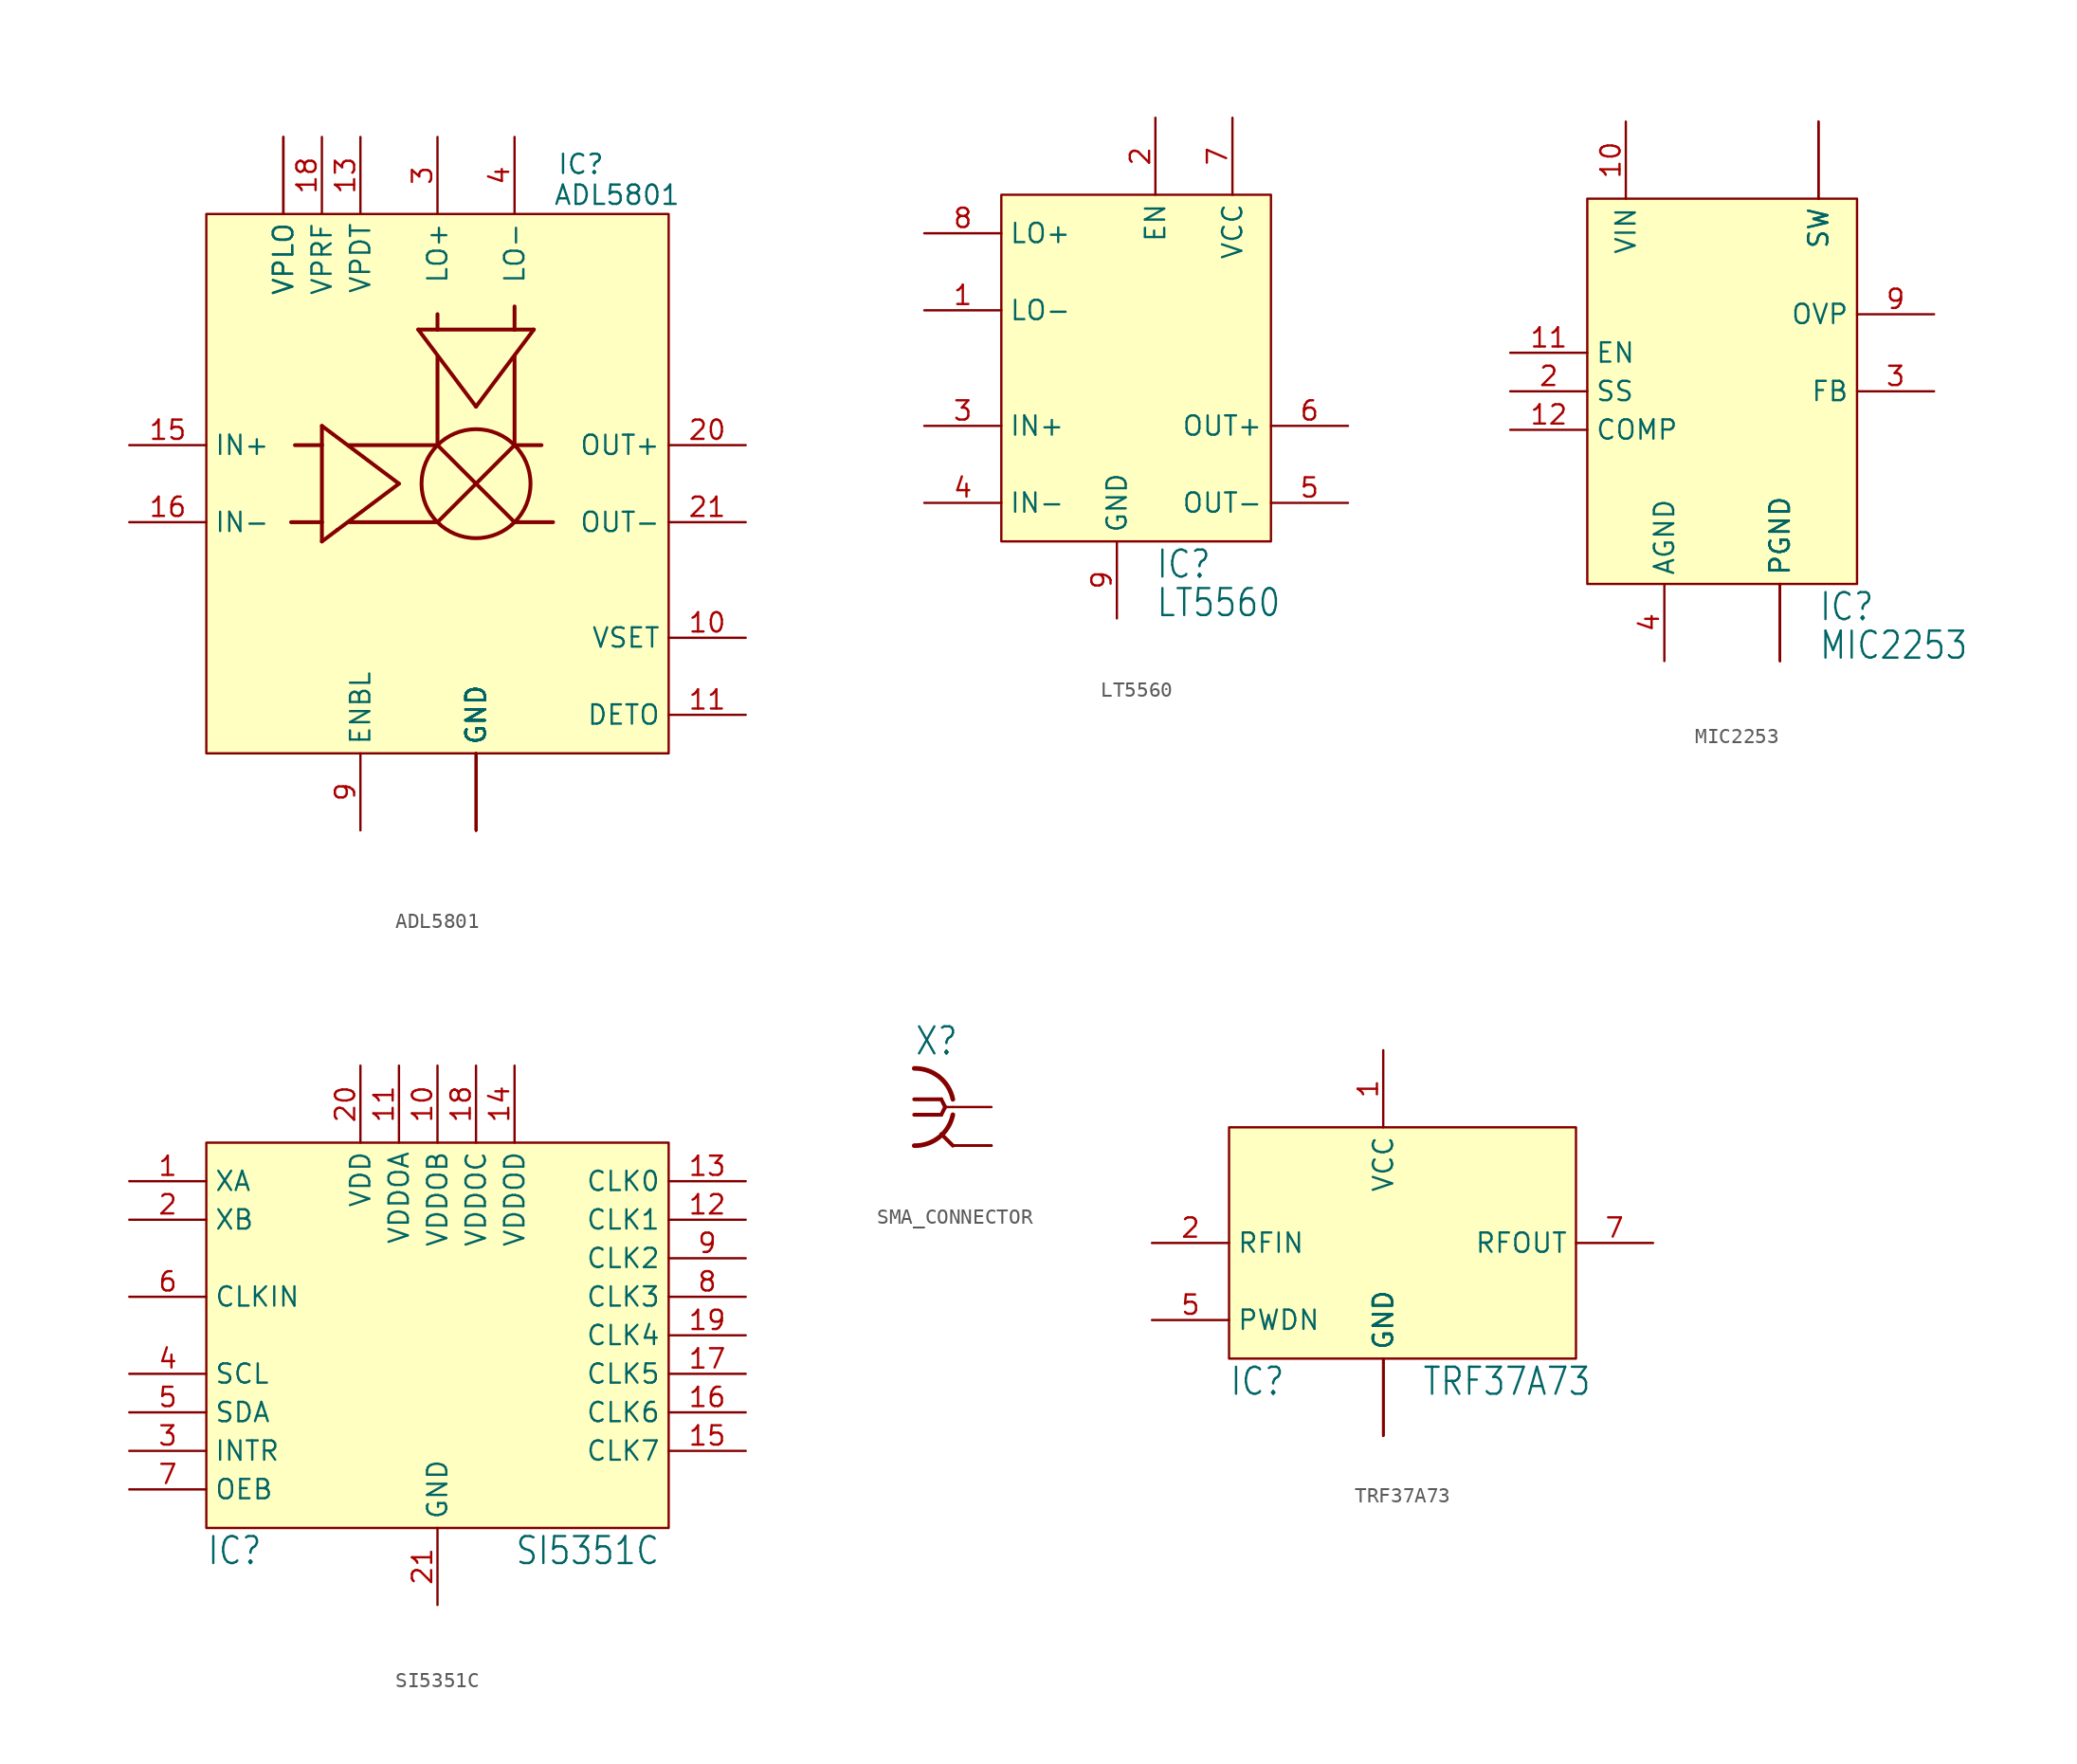
<source format=kicad_sym>
(kicad_symbol_lib
  (version 20231120)
  (generator "kicad_symbol_editor")
  (generator_version "8.0")
  (symbol "ADL5801"
    (property "Reference" "IC"
      (at 5.334 20.32 0)
      (effects (font (size 1.27 1.27)) (justify left bottom)))
    (property "Value" "ADL5801"
      (at 5.08 18.288 0)
      (effects (font (size 1.27 1.27)) (justify left bottom)))
    (symbol "ADL5801_1_0"
      (polyline (pts (xy -12.192 -2.54) (xy -10.16 -2.54)) (stroke (width 0.254) (type solid)) (fill (type none)))
      (polyline (pts (xy -11.938 2.54) (xy -10.16 2.54)) (stroke (width 0.254) (type solid)) (fill (type none)))
      (polyline (pts (xy -10.16 -3.81) (xy -9.144 -3.048)) (stroke (width 0.254) (type solid)) (fill (type none)))
      (polyline (pts (xy -10.16 -2.54) (xy -10.16 -3.81)) (stroke (width 0.254) (type solid)) (fill (type none)))
      (polyline (pts (xy -10.16 2.54) (xy -10.16 -2.54)) (stroke (width 0.254) (type solid)) (fill (type none)))
      (polyline (pts (xy -10.16 3.81) (xy -10.16 2.54)) (stroke (width 0.254) (type solid)) (fill (type none)))
      (polyline (pts (xy -9.144 -3.048) (xy -5.08 0)) (stroke (width 0.254) (type solid)) (fill (type none)))
      (polyline (pts (xy -5.08 0) (xy -10.16 3.81)) (stroke (width 0.254) (type solid)) (fill (type none)))
      (polyline (pts (xy -3.81 10.16) (xy -2.54 10.16)) (stroke (width 0.254) (type solid)) (fill (type none)))
      (polyline (pts (xy -2.54 -2.54) (xy -8.382 -2.54)) (stroke (width 0.254) (type solid)) (fill (type none)))
      (polyline (pts (xy -2.54 2.54) (xy -8.382 2.54)) (stroke (width 0.254) (type solid)) (fill (type none)))
      (polyline (pts (xy -2.54 2.54) (xy -2.54 8.382)) (stroke (width 0.254) (type solid)) (fill (type none)))
      (polyline (pts (xy -2.54 2.54) (xy 2.54 -2.54)) (stroke (width 0.254) (type solid)) (fill (type none)))
      (polyline (pts (xy -2.54 10.16) (xy -2.54 11.176)) (stroke (width 0.254) (type solid)) (fill (type none)))
      (polyline (pts (xy -2.54 10.16) (xy 2.54 10.16)) (stroke (width 0.254) (type solid)) (fill (type none)))
      (polyline (pts (xy 0 5.08) (xy -3.81 10.16)) (stroke (width 0.254) (type solid)) (fill (type none)))
      (polyline (pts (xy 2.54 -2.54) (xy 5.08 -2.54)) (stroke (width 0.254) (type solid)) (fill (type none)))
      (polyline (pts (xy 2.54 2.54) (xy -2.54 -2.54)) (stroke (width 0.254) (type solid)) (fill (type none)))
      (polyline (pts (xy 2.54 2.54) (xy 2.54 8.382)) (stroke (width 0.254) (type solid)) (fill (type none)))
      (polyline (pts (xy 2.54 2.54) (xy 4.318 2.54)) (stroke (width 0.254) (type solid)) (fill (type none)))
      (polyline (pts (xy 2.54 10.16) (xy 2.54 11.684)) (stroke (width 0.254) (type solid)) (fill (type none)))
      (polyline (pts (xy 2.54 10.16) (xy 3.81 10.16)) (stroke (width 0.254) (type solid)) (fill (type none)))
      (polyline (pts (xy 3.81 10.16) (xy 0 5.08)) (stroke (width 0.254) (type solid)) (fill (type none)))
      (circle (center 0 0) (radius 3.592) (stroke (width 0.254) (type solid)) (fill (type none)))
      (pin power_in line (at 0 -22.86 90) (length 5.08) (name "GND" (effects (font (size 1.27 1.27)))) (number "1" (effects (font (size 0 0)))))
      (pin bidirectional line (at 17.78 -10.16 180) (length 5.08) (name "VSET" (effects (font (size 1.27 1.27)))) (number "10" (effects (font (size 1.27 1.27)))))
      (pin bidirectional line (at 17.78 -15.24 180) (length 5.08) (name "DETO" (effects (font (size 1.27 1.27)))) (number "11" (effects (font (size 1.27 1.27)))))
      (pin passive line (at 0 -22.86 90) (length 5.08) (name "GND" (effects (font (size 1.27 1.27)))) (number "12" (effects (font (size 0 0)))))
      (pin power_in line (at -7.62 22.86 270) (length 5.08) (name "VPDT" (effects (font (size 1.27 1.27)))) (number "13" (effects (font (size 1.27 1.27)))))
      (pin passive line (at 0 -22.86 90) (length 5.08) (name "GND" (effects (font (size 1.27 1.27)))) (number "14" (effects (font (size 0 0)))))
      (pin bidirectional line (at -22.86 2.54 0) (length 5.08) (name "IN+" (effects (font (size 1.27 1.27)))) (number "15" (effects (font (size 1.27 1.27)))))
      (pin bidirectional line (at -22.86 -2.54 0) (length 5.08) (name "IN-" (effects (font (size 1.27 1.27)))) (number "16" (effects (font (size 1.27 1.27)))))
      (pin passive line (at 0 -22.86 90) (length 5.08) (name "GND" (effects (font (size 1.27 1.27)))) (number "17" (effects (font (size 0 0)))))
      (pin power_in line (at -10.16 22.86 270) (length 5.08) (name "VPRF" (effects (font (size 1.27 1.27)))) (number "18" (effects (font (size 1.27 1.27)))))
      (pin passive line (at 0 -22.86 90) (length 5.08) (name "GND" (effects (font (size 1.27 1.27)))) (number "19" (effects (font (size 0 0)))))
      (pin passive line (at 0 -22.86 90) (length 5.08) (name "GND" (effects (font (size 1.27 1.27)))) (number "2" (effects (font (size 0 0)))))
      (pin bidirectional line (at 17.78 2.54 180) (length 5.08) (name "OUT+" (effects (font (size 1.27 1.27)))) (number "20" (effects (font (size 1.27 1.27)))))
      (pin bidirectional line (at 17.78 -2.54 180) (length 5.08) (name "OUT-" (effects (font (size 1.27 1.27)))) (number "21" (effects (font (size 1.27 1.27)))))
      (pin passive line (at 0 -22.86 90) (length 5.08) (name "GND" (effects (font (size 1.27 1.27)))) (number "23" (effects (font (size 0 0)))))
      (pin passive line (at -12.7 22.86 270) (length 5.08) (name "VPLO" (effects (font (size 1.27 1.27)))) (number "24" (effects (font (size 0 0)))))
      (pin passive line (at 0 -22.86 90) (length 5.08) (name "GND" (effects (font (size 1.27 1.27)))) (number "25" (effects (font (size 0 0)))))
      (pin bidirectional line (at -2.54 22.86 270) (length 5.08) (name "LO+" (effects (font (size 1.27 1.27)))) (number "3" (effects (font (size 1.27 1.27)))))
      (pin bidirectional line (at 2.54 22.86 270) (length 5.08) (name "LO-" (effects (font (size 1.27 1.27)))) (number "4" (effects (font (size 1.27 1.27)))))
      (pin passive line (at 0 -22.86 90) (length 5.08) (name "GND" (effects (font (size 1.27 1.27)))) (number "5" (effects (font (size 0 0)))))
      (pin passive line (at 0 -22.86 90) (length 5.08) (name "GND" (effects (font (size 1.27 1.27)))) (number "6" (effects (font (size 0 0)))))
      (pin power_in line (at -12.7 22.86 270) (length 5.08) (name "VPLO" (effects (font (size 1.27 1.27)))) (number "7" (effects (font (size 0 0)))))
      (pin passive line (at 0 -22.86 90) (length 5.08) (name "GND" (effects (font (size 1.27 1.27)))) (number "8" (effects (font (size 0 0)))))
      (pin bidirectional line (at -7.62 -22.86 90) (length 5.08) (name "ENBL" (effects (font (size 1.27 1.27)))) (number "9" (effects (font (size 1.27 1.27))))))
    (symbol "ADL5801_1_1"
      (rectangle (start -17.78 17.78) (end 12.7 -17.78) (stroke (width 0) (type default)) (fill (type background)))))
  (symbol "LT5560"
    (property "Reference" "IC"
      (at 2.54 -7.62 0)
      (effects (font (size 1.778 1.511)) (justify left bottom)))
    (property "Value" "LT5560"
      (at 2.54 -10.16 0)
      (effects (font (size 1.778 1.511)) (justify left bottom)))
    (symbol "LT5560_1_0"
      (pin input line (at -12.7 10.16 0) (length 5.08) (name "LO-" (effects (font (size 1.27 1.27)))) (number "1" (effects (font (size 1.27 1.27)))))
      (pin input line (at 2.54 22.86 270) (length 5.08) (name "EN" (effects (font (size 1.27 1.27)))) (number "2" (effects (font (size 1.27 1.27)))))
      (pin input line (at -12.7 2.54 0) (length 5.08) (name "IN+" (effects (font (size 1.27 1.27)))) (number "3" (effects (font (size 1.27 1.27)))))
      (pin input line (at -12.7 -2.54 0) (length 5.08) (name "IN-" (effects (font (size 1.27 1.27)))) (number "4" (effects (font (size 1.27 1.27)))))
      (pin output line (at 15.24 -2.54 180) (length 5.08) (name "OUT-" (effects (font (size 1.27 1.27)))) (number "5" (effects (font (size 1.27 1.27)))))
      (pin output line (at 15.24 2.54 180) (length 5.08) (name "OUT+" (effects (font (size 1.27 1.27)))) (number "6" (effects (font (size 1.27 1.27)))))
      (pin power_in line (at 7.62 22.86 270) (length 5.08) (name "VCC" (effects (font (size 1.27 1.27)))) (number "7" (effects (font (size 1.27 1.27)))))
      (pin input line (at -12.7 15.24 0) (length 5.08) (name "LO+" (effects (font (size 1.27 1.27)))) (number "8" (effects (font (size 1.27 1.27)))))
      (pin power_in line (at 0 -10.16 90) (length 5.08) (name "GND" (effects (font (size 1.27 1.27)))) (number "9" (effects (font (size 1.27 1.27))))))
    (symbol "LT5560_1_1"
      (rectangle (start -7.62 17.78) (end 10.16 -5.08) (stroke (width 0) (type default)) (fill (type background)))))
  (symbol "MIC2253"
    (property "Reference" "IC"
      (at 5.08 -12.7 0)
      (effects (font (size 1.778 1.511)) (justify left bottom)))
    (property "Value" "MIC2253"
      (at 5.08 -15.24 0)
      (effects (font (size 1.778 1.511)) (justify left bottom)))
    (symbol "MIC2253_1_0"
      (pin power_in line (at -7.62 20.32 270) (length 5.08) (name "VIN" (effects (font (size 1.27 1.27)))) (number "10" (effects (font (size 1.27 1.27)))))
      (pin input line (at -15.24 5.08 0) (length 5.08) (name "EN" (effects (font (size 1.27 1.27)))) (number "11" (effects (font (size 1.27 1.27)))))
      (pin passive line (at -15.24 0 0) (length 5.08) (name "COMP" (effects (font (size 1.27 1.27)))) (number "12" (effects (font (size 1.27 1.27)))))
      (pin passive line (at 2.54 -15.24 90) (length 5.08) (name "PGND" (effects (font (size 1.27 1.27)))) (number "13" (effects (font (size 0 0)))))
      (pin passive line (at -15.24 2.54 0) (length 5.08) (name "SS" (effects (font (size 1.27 1.27)))) (number "2" (effects (font (size 1.27 1.27)))))
      (pin input line (at 12.7 2.54 180) (length 5.08) (name "FB" (effects (font (size 1.27 1.27)))) (number "3" (effects (font (size 1.27 1.27)))))
      (pin power_in line (at -5.08 -15.24 90) (length 5.08) (name "AGND" (effects (font (size 1.27 1.27)))) (number "4" (effects (font (size 1.27 1.27)))))
      (pin power_in line (at 2.54 -15.24 90) (length 5.08) (name "PGND" (effects (font (size 1.27 1.27)))) (number "5" (effects (font (size 0 0)))))
      (pin passive line (at 2.54 -15.24 90) (length 5.08) (name "PGND" (effects (font (size 1.27 1.27)))) (number "6" (effects (font (size 0 0)))))
      (pin output line (at 5.08 20.32 270) (length 5.08) (name "SW" (effects (font (size 1.27 1.27)))) (number "7" (effects (font (size 0 0)))))
      (pin passive line (at 5.08 20.32 270) (length 5.08) (name "SW" (effects (font (size 1.27 1.27)))) (number "8" (effects (font (size 0 0)))))
      (pin bidirectional line (at 12.7 7.62 180) (length 5.08) (name "OVP" (effects (font (size 1.27 1.27)))) (number "9" (effects (font (size 1.27 1.27))))))
    (symbol "MIC2253_1_1"
      (rectangle (start -10.16 15.24) (end 7.62 -10.16) (stroke (width 0) (type default)) (fill (type background)))))
  (symbol "SI5351C"
    (property "Reference" "IC"
      (at -15.24 -15.24 0)
      (effects (font (size 1.778 1.511)) (justify left bottom)))
    (property "Value" "SI5351C"
      (at 5.08 -15.24 0)
      (effects (font (size 1.778 1.511)) (justify left bottom)))
    (symbol "SI5351C_1_0"
      (pin bidirectional line (at -20.32 10.16 0) (length 5.08) (name "XA" (effects (font (size 1.27 1.27)))) (number "1" (effects (font (size 1.27 1.27)))))
      (pin power_in line (at 0 17.78 270) (length 5.08) (name "VDDOB" (effects (font (size 1.27 1.27)))) (number "10" (effects (font (size 1.27 1.27)))))
      (pin power_in line (at -2.54 17.78 270) (length 5.08) (name "VDDOA" (effects (font (size 1.27 1.27)))) (number "11" (effects (font (size 1.27 1.27)))))
      (pin output line (at 20.32 7.62 180) (length 5.08) (name "CLK1" (effects (font (size 1.27 1.27)))) (number "12" (effects (font (size 1.27 1.27)))))
      (pin output line (at 20.32 10.16 180) (length 5.08) (name "CLK0" (effects (font (size 1.27 1.27)))) (number "13" (effects (font (size 1.27 1.27)))))
      (pin power_in line (at 5.08 17.78 270) (length 5.08) (name "VDDOD" (effects (font (size 1.27 1.27)))) (number "14" (effects (font (size 1.27 1.27)))))
      (pin output line (at 20.32 -7.62 180) (length 5.08) (name "CLK7" (effects (font (size 1.27 1.27)))) (number "15" (effects (font (size 1.27 1.27)))))
      (pin output line (at 20.32 -5.08 180) (length 5.08) (name "CLK6" (effects (font (size 1.27 1.27)))) (number "16" (effects (font (size 1.27 1.27)))))
      (pin output line (at 20.32 -2.54 180) (length 5.08) (name "CLK5" (effects (font (size 1.27 1.27)))) (number "17" (effects (font (size 1.27 1.27)))))
      (pin power_in line (at 2.54 17.78 270) (length 5.08) (name "VDDOC" (effects (font (size 1.27 1.27)))) (number "18" (effects (font (size 1.27 1.27)))))
      (pin output line (at 20.32 0 180) (length 5.08) (name "CLK4" (effects (font (size 1.27 1.27)))) (number "19" (effects (font (size 1.27 1.27)))))
      (pin bidirectional line (at -20.32 7.62 0) (length 5.08) (name "XB" (effects (font (size 1.27 1.27)))) (number "2" (effects (font (size 1.27 1.27)))))
      (pin power_in line (at -5.08 17.78 270) (length 5.08) (name "VDD" (effects (font (size 1.27 1.27)))) (number "20" (effects (font (size 1.27 1.27)))))
      (pin power_in line (at 0 -17.78 90) (length 5.08) (name "GND" (effects (font (size 1.27 1.27)))) (number "21" (effects (font (size 1.27 1.27)))))
      (pin input line (at -20.32 -7.62 0) (length 5.08) (name "INTR" (effects (font (size 1.27 1.27)))) (number "3" (effects (font (size 1.27 1.27)))))
      (pin bidirectional line (at -20.32 -2.54 0) (length 5.08) (name "SCL" (effects (font (size 1.27 1.27)))) (number "4" (effects (font (size 1.27 1.27)))))
      (pin bidirectional line (at -20.32 -5.08 0) (length 5.08) (name "SDA" (effects (font (size 1.27 1.27)))) (number "5" (effects (font (size 1.27 1.27)))))
      (pin input line (at -20.32 2.54 0) (length 5.08) (name "CLKIN" (effects (font (size 1.27 1.27)))) (number "6" (effects (font (size 1.27 1.27)))))
      (pin input line (at -20.32 -10.16 0) (length 5.08) (name "OEB" (effects (font (size 1.27 1.27)))) (number "7" (effects (font (size 1.27 1.27)))))
      (pin output line (at 20.32 2.54 180) (length 5.08) (name "CLK3" (effects (font (size 1.27 1.27)))) (number "8" (effects (font (size 1.27 1.27)))))
      (pin output line (at 20.32 5.08 180) (length 5.08) (name "CLK2" (effects (font (size 1.27 1.27)))) (number "9" (effects (font (size 1.27 1.27))))))
    (symbol "SI5351C_1_1"
      (rectangle (start -15.24 12.7) (end 15.24 -12.7) (stroke (width 0) (type default)) (fill (type background)))))
  (symbol "SMA_CONNECTOR"
    (property "Reference" "X"
      (at -2.54 3.302 0)
      (effects (font (size 1.778 1.511)) (justify left bottom)))
    (property "Value" ""
      (at -2.54 -5.08 0)
      (effects (font (size 1.778 1.511)) (justify left bottom)))
    (property "ki_locked" ""
      (at 0 0 0)
      (effects (font (size 1.27 1.27))))
    (symbol "SMA_CONNECTOR_1_0"
      (arc (start -2.54 -2.54) (mid -0.9022 -1.9838) (end 0 -0.508) (stroke (width 0.3048) (type solid)) (fill (type none)))
      (polyline (pts (xy -2.54 0.508) (xy -0.762 0.508)) (stroke (width 0.254) (type solid)) (fill (type none)))
      (polyline (pts (xy -0.762 -0.508) (xy -2.54 -0.508)) (stroke (width 0.254) (type solid)) (fill (type none)))
      (polyline (pts (xy -0.762 0.508) (xy -0.508 0)) (stroke (width 0.254) (type solid)) (fill (type none)))
      (polyline (pts (xy -0.508 0) (xy -0.762 -0.508)) (stroke (width 0.254) (type solid)) (fill (type none)))
      (polyline (pts (xy 0 -2.54) (xy -0.762 -1.778)) (stroke (width 0.254) (type solid)) (fill (type none)))
      (polyline (pts (xy 0 0) (xy -0.508 0)) (stroke (width 0.152) (type solid)) (fill (type none)))
      (arc (start 0 0.508) (mid -0.9022 1.9838) (end -2.54 2.54) (stroke (width 0.3048) (type solid)) (fill (type none)))
      (pin passive line (at 2.54 0 180) (length 2.54) (name "1" (effects (font (size 0 0)))) (number "1" (effects (font (size 0 0)))))
      (pin passive line (at 2.54 -2.54 180) (length 2.54) (name "2" (effects (font (size 0 0)))) (number "G@1" (effects (font (size 0 0)))))
      (pin passive line (at 2.54 -2.54 180) (length 2.54) (name "2" (effects (font (size 0 0)))) (number "G@2" (effects (font (size 0 0)))))
      (pin passive line (at 2.54 -2.54 180) (length 2.54) (name "2" (effects (font (size 0 0)))) (number "G@3" (effects (font (size 0 0)))))
      (pin passive line (at 2.54 -2.54 180) (length 2.54) (name "2" (effects (font (size 0 0)))) (number "G@4" (effects (font (size 0 0)))))))
  (symbol "TRF37A73"
    (property "Reference" "IC"
      (at -12.7 -10.16 0)
      (effects (font (size 1.778 1.511)) (justify left bottom)))
    (property "Value" "TRF37A73"
      (at 0 -10.16 0)
      (effects (font (size 1.778 1.511)) (justify left bottom)))
    (symbol "TRF37A73_1_0"
      (pin power_in line (at -2.54 12.7 270) (length 5.08) (name "VCC" (effects (font (size 1.27 1.27)))) (number "1" (effects (font (size 1.27 1.27)))))
      (pin bidirectional line (at -17.78 0 0) (length 5.08) (name "RFIN" (effects (font (size 1.27 1.27)))) (number "2" (effects (font (size 1.27 1.27)))))
      (pin power_in line (at -2.54 -12.7 90) (length 5.08) (name "GND" (effects (font (size 1.27 1.27)))) (number "3" (effects (font (size 0 0)))))
      (pin passive line (at -2.54 -12.7 90) (length 5.08) (name "GND" (effects (font (size 1.27 1.27)))) (number "4" (effects (font (size 0 0)))))
      (pin bidirectional line (at -17.78 -5.08 0) (length 5.08) (name "PWDN" (effects (font (size 1.27 1.27)))) (number "5" (effects (font (size 1.27 1.27)))))
      (pin passive line (at -2.54 -12.7 90) (length 5.08) (name "GND" (effects (font (size 1.27 1.27)))) (number "6" (effects (font (size 0 0)))))
      (pin bidirectional line (at 15.24 0 180) (length 5.08) (name "RFOUT" (effects (font (size 1.27 1.27)))) (number "7" (effects (font (size 1.27 1.27)))))
      (pin passive line (at -2.54 -12.7 90) (length 5.08) (name "GND" (effects (font (size 1.27 1.27)))) (number "8" (effects (font (size 0 0)))))
      (pin passive line (at -2.54 -12.7 90) (length 5.08) (name "GND" (effects (font (size 1.27 1.27)))) (number "9" (effects (font (size 0 0))))))
    (symbol "TRF37A73_1_1"
      (rectangle (start -12.7 7.62) (end 10.16 -7.62) (stroke (width 0) (type default)) (fill (type background))))))
</source>
